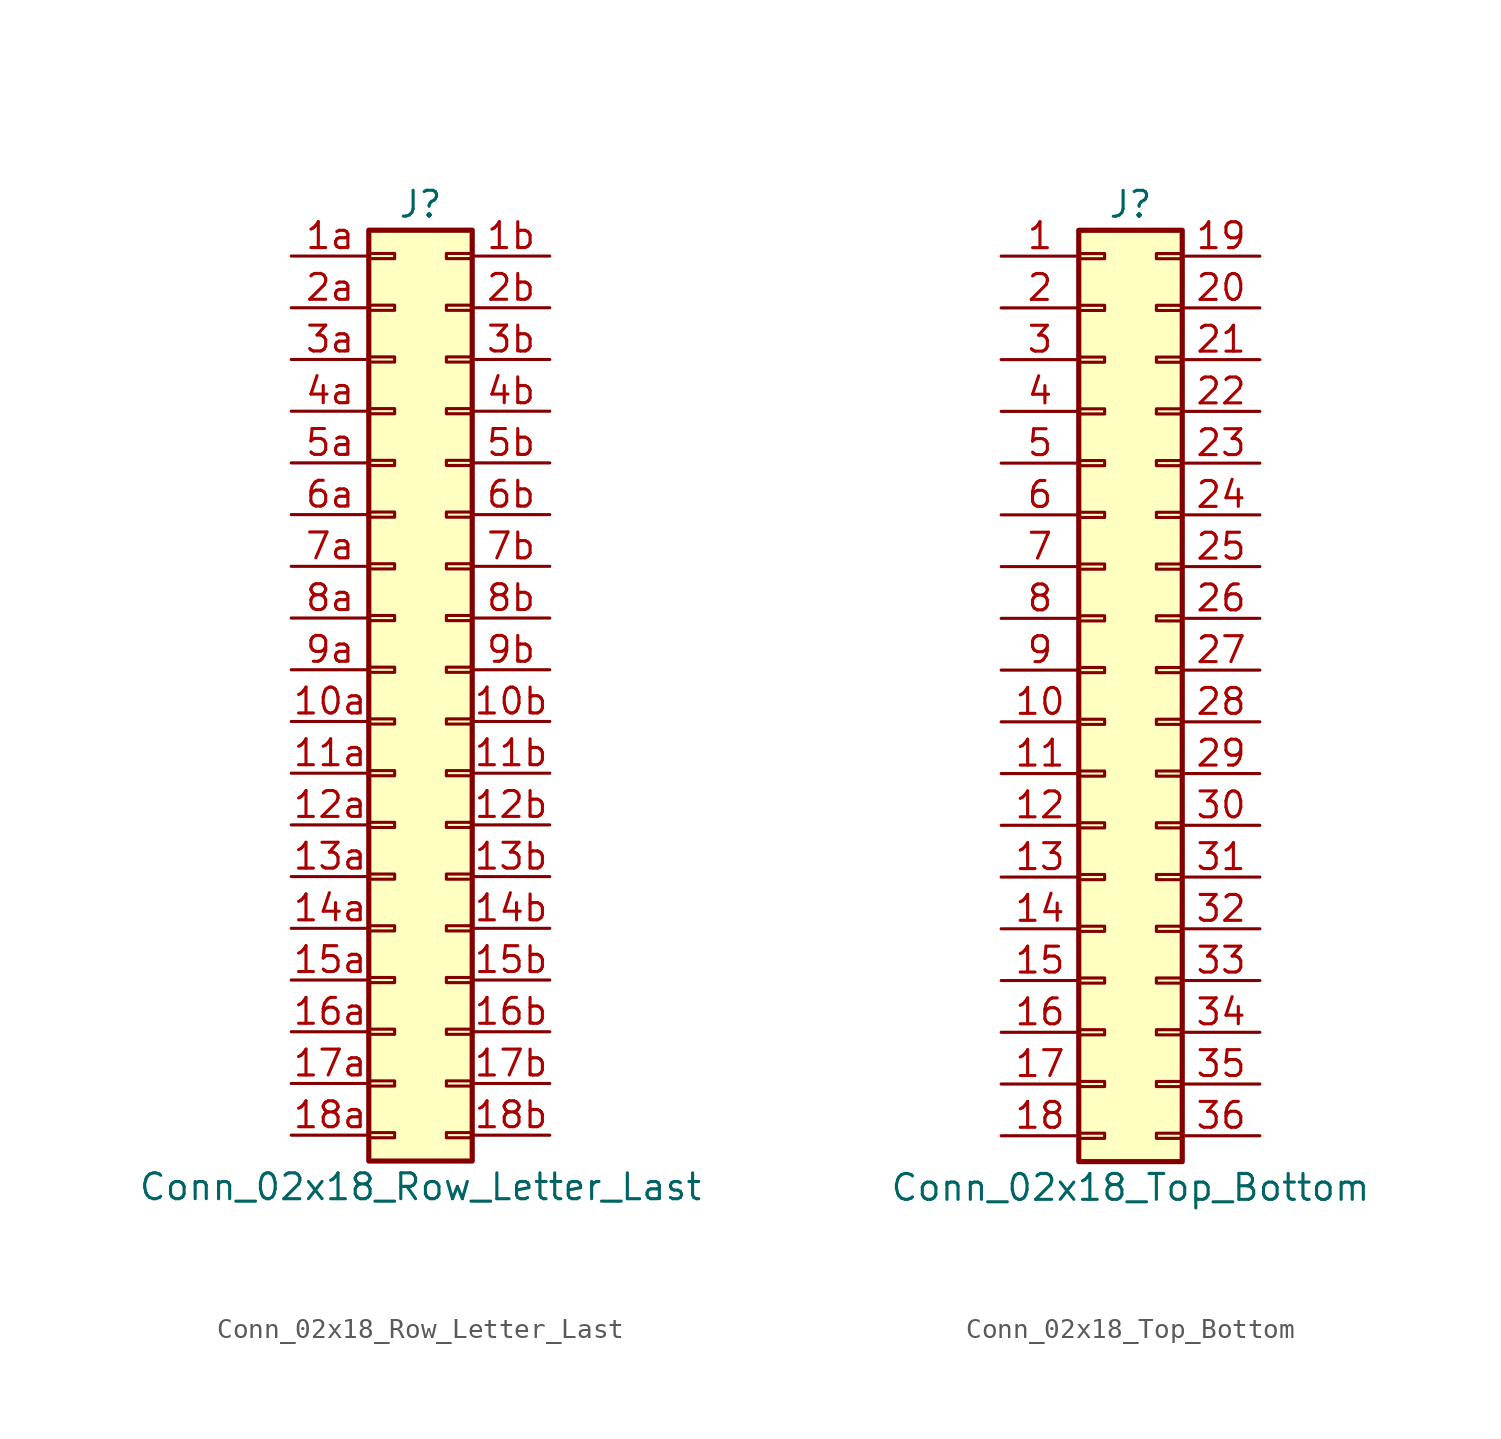
<source format=kicad_sym>
(kicad_symbol_lib
  (version 20201005)
  (generator kicad_symbol_editor)
  (symbol "Conn_02x18_Row_Letter_Last"
    (pin_names
      (offset 1.016) hide)
    (property "Reference" "J"
      (at 1.27 22.86 0)
      (effects (font (size 1.27 1.27))))
    (property "Value" "Conn_02x18_Row_Letter_Last"
      (at 1.27 -25.4 0)
      (effects (font (size 1.27 1.27))))
    (symbol "Conn_02x18_Row_Letter_Last_1_1"
      (rectangle (start -1.27 -22.733) (end 0 -22.987) (stroke (width 0.152)) (fill (type none)))
      (rectangle (start -1.27 -20.193) (end 0 -20.447) (stroke (width 0.152)) (fill (type none)))
      (rectangle (start -1.27 -17.653) (end 0 -17.907) (stroke (width 0.152)) (fill (type none)))
      (rectangle (start -1.27 -15.113) (end 0 -15.367) (stroke (width 0.152)) (fill (type none)))
      (rectangle (start -1.27 -12.573) (end 0 -12.827) (stroke (width 0.152)) (fill (type none)))
      (rectangle (start -1.27 -10.033) (end 0 -10.287) (stroke (width 0.152)) (fill (type none)))
      (rectangle (start -1.27 -7.493) (end 0 -7.747) (stroke (width 0.152)) (fill (type none)))
      (rectangle (start -1.27 -4.953) (end 0 -5.207) (stroke (width 0.152)) (fill (type none)))
      (rectangle (start -1.27 -2.413) (end 0 -2.667) (stroke (width 0.152)) (fill (type none)))
      (rectangle (start -1.27 0.127) (end 0 -0.127) (stroke (width 0.152)) (fill (type none)))
      (rectangle (start -1.27 2.667) (end 0 2.413) (stroke (width 0.152)) (fill (type none)))
      (rectangle (start -1.27 5.207) (end 0 4.953) (stroke (width 0.152)) (fill (type none)))
      (rectangle (start -1.27 7.747) (end 0 7.493) (stroke (width 0.152)) (fill (type none)))
      (rectangle (start -1.27 10.287) (end 0 10.033) (stroke (width 0.152)) (fill (type none)))
      (rectangle (start -1.27 12.827) (end 0 12.573) (stroke (width 0.152)) (fill (type none)))
      (rectangle (start -1.27 15.367) (end 0 15.113) (stroke (width 0.152)) (fill (type none)))
      (rectangle (start -1.27 17.907) (end 0 17.653) (stroke (width 0.152)) (fill (type none)))
      (rectangle (start -1.27 20.447) (end 0 20.193) (stroke (width 0.152)) (fill (type none)))
      (rectangle (start 3.81 -22.733) (end 2.54 -22.987) (stroke (width 0.152)) (fill (type none)))
      (rectangle (start 3.81 -20.193) (end 2.54 -20.447) (stroke (width 0.152)) (fill (type none)))
      (rectangle (start 3.81 -17.653) (end 2.54 -17.907) (stroke (width 0.152)) (fill (type none)))
      (rectangle (start 3.81 -15.113) (end 2.54 -15.367) (stroke (width 0.152)) (fill (type none)))
      (rectangle (start 3.81 -12.573) (end 2.54 -12.827) (stroke (width 0.152)) (fill (type none)))
      (rectangle (start 3.81 -10.033) (end 2.54 -10.287) (stroke (width 0.152)) (fill (type none)))
      (rectangle (start 3.81 -7.493) (end 2.54 -7.747) (stroke (width 0.152)) (fill (type none)))
      (rectangle (start 3.81 -4.953) (end 2.54 -5.207) (stroke (width 0.152)) (fill (type none)))
      (rectangle (start 3.81 -2.413) (end 2.54 -2.667) (stroke (width 0.152)) (fill (type none)))
      (rectangle (start 3.81 0.127) (end 2.54 -0.127) (stroke (width 0.152)) (fill (type none)))
      (rectangle (start 3.81 2.667) (end 2.54 2.413) (stroke (width 0.152)) (fill (type none)))
      (rectangle (start 3.81 5.207) (end 2.54 4.953) (stroke (width 0.152)) (fill (type none)))
      (rectangle (start 3.81 7.747) (end 2.54 7.493) (stroke (width 0.152)) (fill (type none)))
      (rectangle (start 3.81 10.287) (end 2.54 10.033) (stroke (width 0.152)) (fill (type none)))
      (rectangle (start 3.81 12.827) (end 2.54 12.573) (stroke (width 0.152)) (fill (type none)))
      (rectangle (start 3.81 15.367) (end 2.54 15.113) (stroke (width 0.152)) (fill (type none)))
      (rectangle (start 3.81 17.907) (end 2.54 17.653) (stroke (width 0.152)) (fill (type none)))
      (rectangle (start 3.81 20.447) (end 2.54 20.193) (stroke (width 0.152)) (fill (type none)))
      (rectangle (start -1.27 21.59) (end 3.81 -24.13) (stroke (width 0.254)) (fill (type background)))
      (pin passive line (at -5.08 -2.54 0) (length 3.81) (name "Pin_10a" (effects (font (size 1.27 1.27)))) (number "10a" (effects (font (size 1.27 1.27)))))
      (pin passive line (at 7.62 -2.54 180) (length 3.81) (name "Pin_10b" (effects (font (size 1.27 1.27)))) (number "10b" (effects (font (size 1.27 1.27)))))
      (pin passive line (at -5.08 -5.08 0) (length 3.81) (name "Pin_11a" (effects (font (size 1.27 1.27)))) (number "11a" (effects (font (size 1.27 1.27)))))
      (pin passive line (at 7.62 -5.08 180) (length 3.81) (name "Pin_11b" (effects (font (size 1.27 1.27)))) (number "11b" (effects (font (size 1.27 1.27)))))
      (pin passive line (at -5.08 -7.62 0) (length 3.81) (name "Pin_12a" (effects (font (size 1.27 1.27)))) (number "12a" (effects (font (size 1.27 1.27)))))
      (pin passive line (at 7.62 -7.62 180) (length 3.81) (name "Pin_12b" (effects (font (size 1.27 1.27)))) (number "12b" (effects (font (size 1.27 1.27)))))
      (pin passive line (at -5.08 -10.16 0) (length 3.81) (name "Pin_13a" (effects (font (size 1.27 1.27)))) (number "13a" (effects (font (size 1.27 1.27)))))
      (pin passive line (at 7.62 -10.16 180) (length 3.81) (name "Pin_13b" (effects (font (size 1.27 1.27)))) (number "13b" (effects (font (size 1.27 1.27)))))
      (pin passive line (at -5.08 -12.7 0) (length 3.81) (name "Pin_14a" (effects (font (size 1.27 1.27)))) (number "14a" (effects (font (size 1.27 1.27)))))
      (pin passive line (at 7.62 -12.7 180) (length 3.81) (name "Pin_14b" (effects (font (size 1.27 1.27)))) (number "14b" (effects (font (size 1.27 1.27)))))
      (pin passive line (at -5.08 -15.24 0) (length 3.81) (name "Pin_15a" (effects (font (size 1.27 1.27)))) (number "15a" (effects (font (size 1.27 1.27)))))
      (pin passive line (at 7.62 -15.24 180) (length 3.81) (name "Pin_15b" (effects (font (size 1.27 1.27)))) (number "15b" (effects (font (size 1.27 1.27)))))
      (pin passive line (at -5.08 -17.78 0) (length 3.81) (name "Pin_16a" (effects (font (size 1.27 1.27)))) (number "16a" (effects (font (size 1.27 1.27)))))
      (pin passive line (at 7.62 -17.78 180) (length 3.81) (name "Pin_16b" (effects (font (size 1.27 1.27)))) (number "16b" (effects (font (size 1.27 1.27)))))
      (pin passive line (at -5.08 -20.32 0) (length 3.81) (name "Pin_17a" (effects (font (size 1.27 1.27)))) (number "17a" (effects (font (size 1.27 1.27)))))
      (pin passive line (at 7.62 -20.32 180) (length 3.81) (name "Pin_17b" (effects (font (size 1.27 1.27)))) (number "17b" (effects (font (size 1.27 1.27)))))
      (pin passive line (at -5.08 -22.86 0) (length 3.81) (name "Pin_18a" (effects (font (size 1.27 1.27)))) (number "18a" (effects (font (size 1.27 1.27)))))
      (pin passive line (at 7.62 -22.86 180) (length 3.81) (name "Pin_18b" (effects (font (size 1.27 1.27)))) (number "18b" (effects (font (size 1.27 1.27)))))
      (pin passive line (at -5.08 20.32 0) (length 3.81) (name "Pin_1a" (effects (font (size 1.27 1.27)))) (number "1a" (effects (font (size 1.27 1.27)))))
      (pin passive line (at 7.62 20.32 180) (length 3.81) (name "Pin_1b" (effects (font (size 1.27 1.27)))) (number "1b" (effects (font (size 1.27 1.27)))))
      (pin passive line (at -5.08 17.78 0) (length 3.81) (name "Pin_2a" (effects (font (size 1.27 1.27)))) (number "2a" (effects (font (size 1.27 1.27)))))
      (pin passive line (at 7.62 17.78 180) (length 3.81) (name "Pin_2b" (effects (font (size 1.27 1.27)))) (number "2b" (effects (font (size 1.27 1.27)))))
      (pin passive line (at -5.08 15.24 0) (length 3.81) (name "Pin_3a" (effects (font (size 1.27 1.27)))) (number "3a" (effects (font (size 1.27 1.27)))))
      (pin passive line (at 7.62 15.24 180) (length 3.81) (name "Pin_3b" (effects (font (size 1.27 1.27)))) (number "3b" (effects (font (size 1.27 1.27)))))
      (pin passive line (at -5.08 12.7 0) (length 3.81) (name "Pin_4a" (effects (font (size 1.27 1.27)))) (number "4a" (effects (font (size 1.27 1.27)))))
      (pin passive line (at 7.62 12.7 180) (length 3.81) (name "Pin_4b" (effects (font (size 1.27 1.27)))) (number "4b" (effects (font (size 1.27 1.27)))))
      (pin passive line (at -5.08 10.16 0) (length 3.81) (name "Pin_5a" (effects (font (size 1.27 1.27)))) (number "5a" (effects (font (size 1.27 1.27)))))
      (pin passive line (at 7.62 10.16 180) (length 3.81) (name "Pin_5b" (effects (font (size 1.27 1.27)))) (number "5b" (effects (font (size 1.27 1.27)))))
      (pin passive line (at -5.08 7.62 0) (length 3.81) (name "Pin_6a" (effects (font (size 1.27 1.27)))) (number "6a" (effects (font (size 1.27 1.27)))))
      (pin passive line (at 7.62 7.62 180) (length 3.81) (name "Pin_6b" (effects (font (size 1.27 1.27)))) (number "6b" (effects (font (size 1.27 1.27)))))
      (pin passive line (at -5.08 5.08 0) (length 3.81) (name "Pin_7a" (effects (font (size 1.27 1.27)))) (number "7a" (effects (font (size 1.27 1.27)))))
      (pin passive line (at 7.62 5.08 180) (length 3.81) (name "Pin_7b" (effects (font (size 1.27 1.27)))) (number "7b" (effects (font (size 1.27 1.27)))))
      (pin passive line (at -5.08 2.54 0) (length 3.81) (name "Pin_8a" (effects (font (size 1.27 1.27)))) (number "8a" (effects (font (size 1.27 1.27)))))
      (pin passive line (at 7.62 2.54 180) (length 3.81) (name "Pin_8b" (effects (font (size 1.27 1.27)))) (number "8b" (effects (font (size 1.27 1.27)))))
      (pin passive line (at -5.08 0 0) (length 3.81) (name "Pin_9a" (effects (font (size 1.27 1.27)))) (number "9a" (effects (font (size 1.27 1.27)))))
      (pin passive line (at 7.62 0 180) (length 3.81) (name "Pin_9b" (effects (font (size 1.27 1.27)))) (number "9b" (effects (font (size 1.27 1.27)))))))
  (symbol "Conn_02x18_Top_Bottom"
    (pin_names
      (offset 1.016) hide)
    (property "Reference" "J"
      (at 1.27 22.86 0)
      (effects (font (size 1.27 1.27))))
    (property "Value" "Conn_02x18_Top_Bottom"
      (at 1.27 -25.4 0)
      (effects (font (size 1.27 1.27))))
    (symbol "Conn_02x18_Top_Bottom_1_1"
      (rectangle (start -1.27 -22.733) (end 0 -22.987) (stroke (width 0.152)) (fill (type none)))
      (rectangle (start -1.27 -20.193) (end 0 -20.447) (stroke (width 0.152)) (fill (type none)))
      (rectangle (start -1.27 -17.653) (end 0 -17.907) (stroke (width 0.152)) (fill (type none)))
      (rectangle (start -1.27 -15.113) (end 0 -15.367) (stroke (width 0.152)) (fill (type none)))
      (rectangle (start -1.27 -12.573) (end 0 -12.827) (stroke (width 0.152)) (fill (type none)))
      (rectangle (start -1.27 -10.033) (end 0 -10.287) (stroke (width 0.152)) (fill (type none)))
      (rectangle (start -1.27 -7.493) (end 0 -7.747) (stroke (width 0.152)) (fill (type none)))
      (rectangle (start -1.27 -4.953) (end 0 -5.207) (stroke (width 0.152)) (fill (type none)))
      (rectangle (start -1.27 -2.413) (end 0 -2.667) (stroke (width 0.152)) (fill (type none)))
      (rectangle (start -1.27 0.127) (end 0 -0.127) (stroke (width 0.152)) (fill (type none)))
      (rectangle (start -1.27 2.667) (end 0 2.413) (stroke (width 0.152)) (fill (type none)))
      (rectangle (start -1.27 5.207) (end 0 4.953) (stroke (width 0.152)) (fill (type none)))
      (rectangle (start -1.27 7.747) (end 0 7.493) (stroke (width 0.152)) (fill (type none)))
      (rectangle (start -1.27 10.287) (end 0 10.033) (stroke (width 0.152)) (fill (type none)))
      (rectangle (start -1.27 12.827) (end 0 12.573) (stroke (width 0.152)) (fill (type none)))
      (rectangle (start -1.27 15.367) (end 0 15.113) (stroke (width 0.152)) (fill (type none)))
      (rectangle (start -1.27 17.907) (end 0 17.653) (stroke (width 0.152)) (fill (type none)))
      (rectangle (start -1.27 20.447) (end 0 20.193) (stroke (width 0.152)) (fill (type none)))
      (rectangle (start 3.81 -22.733) (end 2.54 -22.987) (stroke (width 0.152)) (fill (type none)))
      (rectangle (start 3.81 -20.193) (end 2.54 -20.447) (stroke (width 0.152)) (fill (type none)))
      (rectangle (start 3.81 -17.653) (end 2.54 -17.907) (stroke (width 0.152)) (fill (type none)))
      (rectangle (start 3.81 -15.113) (end 2.54 -15.367) (stroke (width 0.152)) (fill (type none)))
      (rectangle (start 3.81 -12.573) (end 2.54 -12.827) (stroke (width 0.152)) (fill (type none)))
      (rectangle (start 3.81 -10.033) (end 2.54 -10.287) (stroke (width 0.152)) (fill (type none)))
      (rectangle (start 3.81 -7.493) (end 2.54 -7.747) (stroke (width 0.152)) (fill (type none)))
      (rectangle (start 3.81 -4.953) (end 2.54 -5.207) (stroke (width 0.152)) (fill (type none)))
      (rectangle (start 3.81 -2.413) (end 2.54 -2.667) (stroke (width 0.152)) (fill (type none)))
      (rectangle (start 3.81 0.127) (end 2.54 -0.127) (stroke (width 0.152)) (fill (type none)))
      (rectangle (start 3.81 2.667) (end 2.54 2.413) (stroke (width 0.152)) (fill (type none)))
      (rectangle (start 3.81 5.207) (end 2.54 4.953) (stroke (width 0.152)) (fill (type none)))
      (rectangle (start 3.81 7.747) (end 2.54 7.493) (stroke (width 0.152)) (fill (type none)))
      (rectangle (start 3.81 10.287) (end 2.54 10.033) (stroke (width 0.152)) (fill (type none)))
      (rectangle (start 3.81 12.827) (end 2.54 12.573) (stroke (width 0.152)) (fill (type none)))
      (rectangle (start 3.81 15.367) (end 2.54 15.113) (stroke (width 0.152)) (fill (type none)))
      (rectangle (start 3.81 17.907) (end 2.54 17.653) (stroke (width 0.152)) (fill (type none)))
      (rectangle (start 3.81 20.447) (end 2.54 20.193) (stroke (width 0.152)) (fill (type none)))
      (rectangle (start -1.27 21.59) (end 3.81 -24.13) (stroke (width 0.254)) (fill (type background)))
      (pin passive line (at -5.08 20.32 0) (length 3.81) (name "Pin_1" (effects (font (size 1.27 1.27)))) (number "1" (effects (font (size 1.27 1.27)))))
      (pin passive line (at -5.08 -2.54 0) (length 3.81) (name "Pin_10" (effects (font (size 1.27 1.27)))) (number "10" (effects (font (size 1.27 1.27)))))
      (pin passive line (at -5.08 -5.08 0) (length 3.81) (name "Pin_11" (effects (font (size 1.27 1.27)))) (number "11" (effects (font (size 1.27 1.27)))))
      (pin passive line (at -5.08 -7.62 0) (length 3.81) (name "Pin_12" (effects (font (size 1.27 1.27)))) (number "12" (effects (font (size 1.27 1.27)))))
      (pin passive line (at -5.08 -10.16 0) (length 3.81) (name "Pin_13" (effects (font (size 1.27 1.27)))) (number "13" (effects (font (size 1.27 1.27)))))
      (pin passive line (at -5.08 -12.7 0) (length 3.81) (name "Pin_14" (effects (font (size 1.27 1.27)))) (number "14" (effects (font (size 1.27 1.27)))))
      (pin passive line (at -5.08 -15.24 0) (length 3.81) (name "Pin_15" (effects (font (size 1.27 1.27)))) (number "15" (effects (font (size 1.27 1.27)))))
      (pin passive line (at -5.08 -17.78 0) (length 3.81) (name "Pin_16" (effects (font (size 1.27 1.27)))) (number "16" (effects (font (size 1.27 1.27)))))
      (pin passive line (at -5.08 -20.32 0) (length 3.81) (name "Pin_17" (effects (font (size 1.27 1.27)))) (number "17" (effects (font (size 1.27 1.27)))))
      (pin passive line (at -5.08 -22.86 0) (length 3.81) (name "Pin_18" (effects (font (size 1.27 1.27)))) (number "18" (effects (font (size 1.27 1.27)))))
      (pin passive line (at 7.62 20.32 180) (length 3.81) (name "Pin_19" (effects (font (size 1.27 1.27)))) (number "19" (effects (font (size 1.27 1.27)))))
      (pin passive line (at -5.08 17.78 0) (length 3.81) (name "Pin_2" (effects (font (size 1.27 1.27)))) (number "2" (effects (font (size 1.27 1.27)))))
      (pin passive line (at 7.62 17.78 180) (length 3.81) (name "Pin_20" (effects (font (size 1.27 1.27)))) (number "20" (effects (font (size 1.27 1.27)))))
      (pin passive line (at 7.62 15.24 180) (length 3.81) (name "Pin_21" (effects (font (size 1.27 1.27)))) (number "21" (effects (font (size 1.27 1.27)))))
      (pin passive line (at 7.62 12.7 180) (length 3.81) (name "Pin_22" (effects (font (size 1.27 1.27)))) (number "22" (effects (font (size 1.27 1.27)))))
      (pin passive line (at 7.62 10.16 180) (length 3.81) (name "Pin_23" (effects (font (size 1.27 1.27)))) (number "23" (effects (font (size 1.27 1.27)))))
      (pin passive line (at 7.62 7.62 180) (length 3.81) (name "Pin_24" (effects (font (size 1.27 1.27)))) (number "24" (effects (font (size 1.27 1.27)))))
      (pin passive line (at 7.62 5.08 180) (length 3.81) (name "Pin_25" (effects (font (size 1.27 1.27)))) (number "25" (effects (font (size 1.27 1.27)))))
      (pin passive line (at 7.62 2.54 180) (length 3.81) (name "Pin_26" (effects (font (size 1.27 1.27)))) (number "26" (effects (font (size 1.27 1.27)))))
      (pin passive line (at 7.62 0 180) (length 3.81) (name "Pin_27" (effects (font (size 1.27 1.27)))) (number "27" (effects (font (size 1.27 1.27)))))
      (pin passive line (at 7.62 -2.54 180) (length 3.81) (name "Pin_28" (effects (font (size 1.27 1.27)))) (number "28" (effects (font (size 1.27 1.27)))))
      (pin passive line (at 7.62 -5.08 180) (length 3.81) (name "Pin_29" (effects (font (size 1.27 1.27)))) (number "29" (effects (font (size 1.27 1.27)))))
      (pin passive line (at -5.08 15.24 0) (length 3.81) (name "Pin_3" (effects (font (size 1.27 1.27)))) (number "3" (effects (font (size 1.27 1.27)))))
      (pin passive line (at 7.62 -7.62 180) (length 3.81) (name "Pin_30" (effects (font (size 1.27 1.27)))) (number "30" (effects (font (size 1.27 1.27)))))
      (pin passive line (at 7.62 -10.16 180) (length 3.81) (name "Pin_31" (effects (font (size 1.27 1.27)))) (number "31" (effects (font (size 1.27 1.27)))))
      (pin passive line (at 7.62 -12.7 180) (length 3.81) (name "Pin_32" (effects (font (size 1.27 1.27)))) (number "32" (effects (font (size 1.27 1.27)))))
      (pin passive line (at 7.62 -15.24 180) (length 3.81) (name "Pin_33" (effects (font (size 1.27 1.27)))) (number "33" (effects (font (size 1.27 1.27)))))
      (pin passive line (at 7.62 -17.78 180) (length 3.81) (name "Pin_34" (effects (font (size 1.27 1.27)))) (number "34" (effects (font (size 1.27 1.27)))))
      (pin passive line (at 7.62 -20.32 180) (length 3.81) (name "Pin_35" (effects (font (size 1.27 1.27)))) (number "35" (effects (font (size 1.27 1.27)))))
      (pin passive line (at 7.62 -22.86 180) (length 3.81) (name "Pin_36" (effects (font (size 1.27 1.27)))) (number "36" (effects (font (size 1.27 1.27)))))
      (pin passive line (at -5.08 12.7 0) (length 3.81) (name "Pin_4" (effects (font (size 1.27 1.27)))) (number "4" (effects (font (size 1.27 1.27)))))
      (pin passive line (at -5.08 10.16 0) (length 3.81) (name "Pin_5" (effects (font (size 1.27 1.27)))) (number "5" (effects (font (size 1.27 1.27)))))
      (pin passive line (at -5.08 7.62 0) (length 3.81) (name "Pin_6" (effects (font (size 1.27 1.27)))) (number "6" (effects (font (size 1.27 1.27)))))
      (pin passive line (at -5.08 5.08 0) (length 3.81) (name "Pin_7" (effects (font (size 1.27 1.27)))) (number "7" (effects (font (size 1.27 1.27)))))
      (pin passive line (at -5.08 2.54 0) (length 3.81) (name "Pin_8" (effects (font (size 1.27 1.27)))) (number "8" (effects (font (size 1.27 1.27)))))
      (pin passive line (at -5.08 0 0) (length 3.81) (name "Pin_9" (effects (font (size 1.27 1.27)))) (number "9" (effects (font (size 1.27 1.27))))))))
</source>
